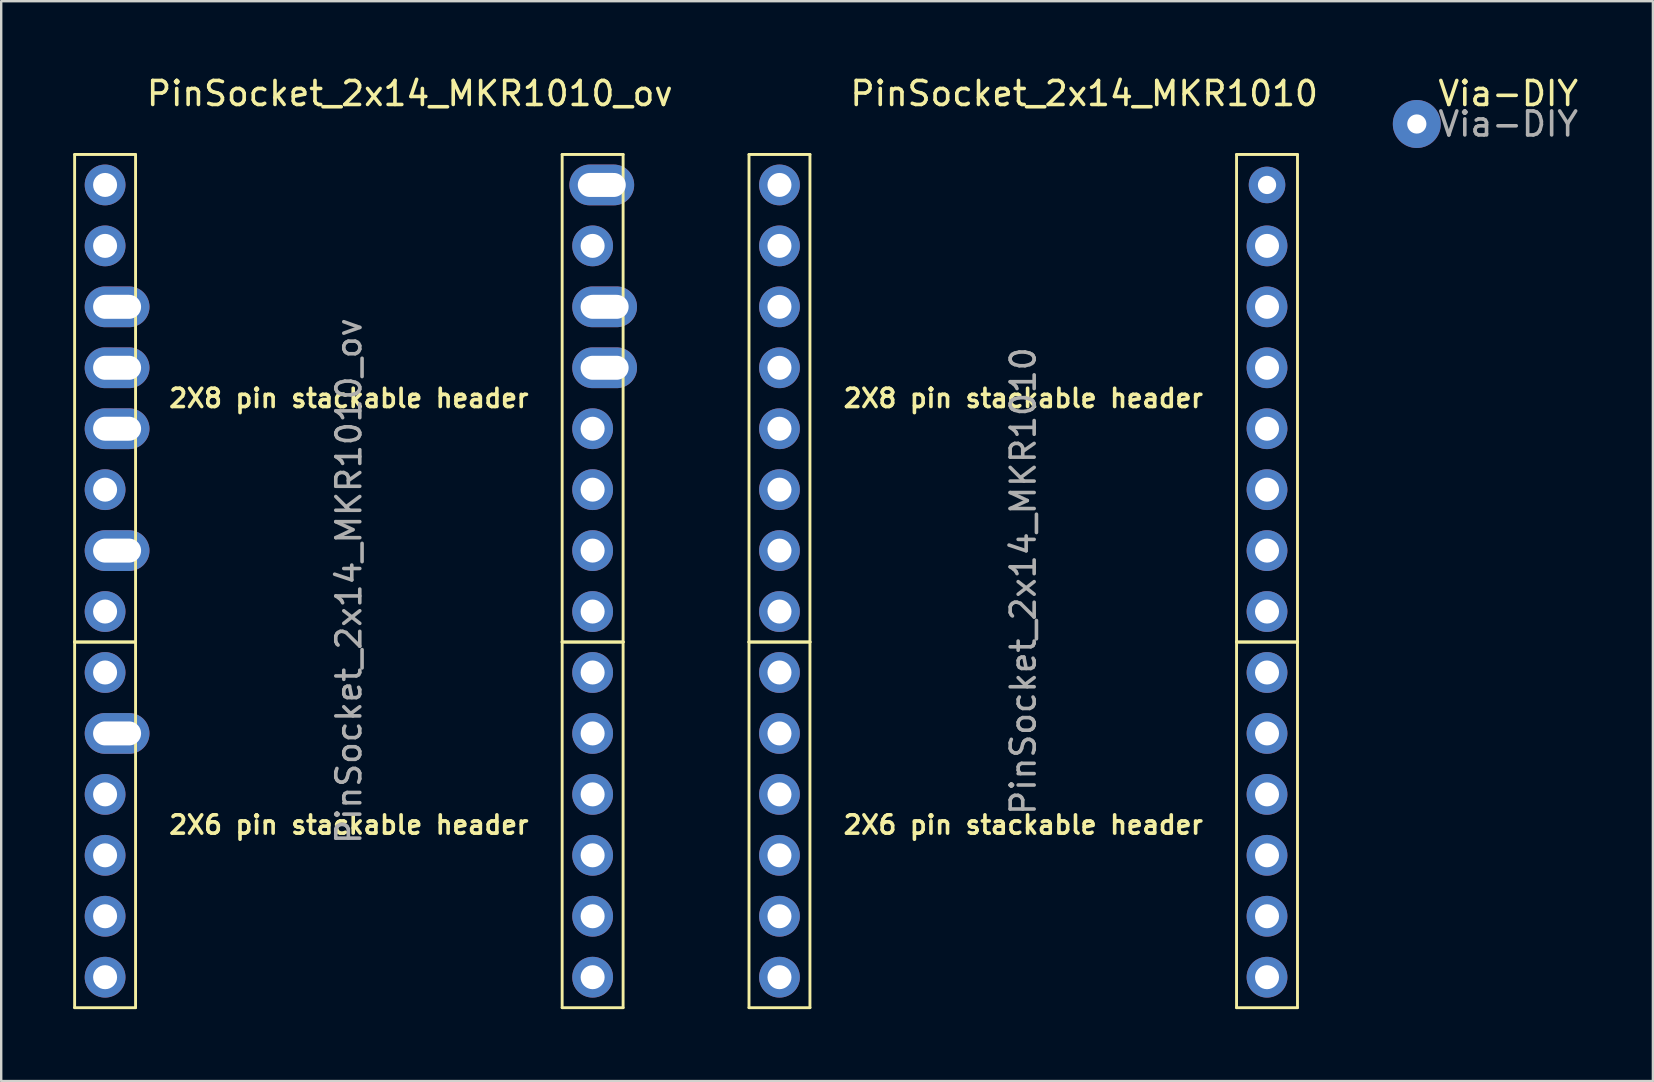
<source format=kicad_pcb>
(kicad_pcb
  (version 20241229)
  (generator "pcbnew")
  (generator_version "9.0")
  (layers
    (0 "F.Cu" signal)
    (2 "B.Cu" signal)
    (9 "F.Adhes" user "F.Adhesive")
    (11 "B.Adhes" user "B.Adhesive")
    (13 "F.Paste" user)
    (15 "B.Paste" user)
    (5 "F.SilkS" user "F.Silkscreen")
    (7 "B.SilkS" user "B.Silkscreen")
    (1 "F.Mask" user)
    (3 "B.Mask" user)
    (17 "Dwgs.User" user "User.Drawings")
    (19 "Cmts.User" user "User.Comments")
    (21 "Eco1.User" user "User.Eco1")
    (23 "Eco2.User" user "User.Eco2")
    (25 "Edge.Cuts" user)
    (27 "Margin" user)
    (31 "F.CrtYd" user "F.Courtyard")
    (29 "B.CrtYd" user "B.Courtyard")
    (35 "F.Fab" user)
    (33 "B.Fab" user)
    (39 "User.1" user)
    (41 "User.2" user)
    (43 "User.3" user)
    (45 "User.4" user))
  (footprint "PinSocket_2x14_MKR1010_ov"
    (layer "F.Cu")
    (at 11.49 21.168)
    (property "Reference" "PinSocket_2x14_MKR1010_ov" (at 2.54 -20.32 0) (layer "F.SilkS") (effects (font (size 1 1) (thickness 0.15))))
    (attr through_hole)
    (fp_line (start -11.43 -17.78) (end -8.89 -17.78) (stroke (width 0.12) (type solid)) (layer "F.SilkS"))
    (fp_line (start -11.43 2.54) (end -11.43 -17.78) (stroke (width 0.12) (type solid)) (layer "F.SilkS"))
    (fp_line (start -11.43 2.54) (end -8.89 2.54) (stroke (width 0.12) (type solid)) (layer "F.SilkS"))
    (fp_line (start -11.43 17.78) (end -11.43 2.54) (stroke (width 0.12) (type solid)) (layer "F.SilkS"))
    (fp_line (start -8.89 -17.78) (end -8.89 2.54) (stroke (width 0.12) (type solid)) (layer "F.SilkS"))
    (fp_line (start -8.89 2.54) (end -11.43 2.54) (stroke (width 0.12) (type solid)) (layer "F.SilkS"))
    (fp_line (start -8.89 2.54) (end -8.89 17.78) (stroke (width 0.12) (type solid)) (layer "F.SilkS"))
    (fp_line (start -8.89 17.78) (end -11.43 17.78) (stroke (width 0.12) (type solid)) (layer "F.SilkS"))
    (fp_line (start 8.89 -17.78) (end 11.43 -17.78) (stroke (width 0.12) (type solid)) (layer "F.SilkS"))
    (fp_line (start 8.89 2.54) (end 8.89 -17.78) (stroke (width 0.12) (type solid)) (layer "F.SilkS"))
    (fp_line (start 8.89 2.54) (end 11.43 2.54) (stroke (width 0.12) (type solid)) (layer "F.SilkS"))
    (fp_line (start 8.89 17.78) (end 8.89 2.54) (stroke (width 0.12) (type solid)) (layer "F.SilkS"))
    (fp_line (start 11.43 -17.78) (end 11.43 2.54) (stroke (width 0.12) (type solid)) (layer "F.SilkS"))
    (fp_line (start 11.43 2.54) (end 8.89 2.54) (stroke (width 0.12) (type solid)) (layer "F.SilkS"))
    (fp_line (start 11.43 2.54) (end 11.43 17.78) (stroke (width 0.12) (type solid)) (layer "F.SilkS"))
    (fp_line (start 11.43 17.78) (end 8.89 17.78) (stroke (width 0.12) (type solid)) (layer "F.SilkS"))
    (fp_text user "2X6 pin stackable header" (at 0 10.16 0) (layer "F.SilkS") (effects (font (size 0.762 0.762) (thickness 0.15))))
    (fp_text user "2X8 pin stackable header" (at 0 -7.62 0) (layer "F.SilkS") (effects (font (size 0.762 0.762) (thickness 0.15))))
    (fp_text user "${REFERENCE}" (at 0 0 90) (layer "F.Fab") (effects (font (size 1 1) (thickness 0.15))))
    (pad "+3V3" thru_hole oval (at 10.66 -11.43) (size 2.7 1.7) (drill oval 2 1) (layers "*.Cu" "*.Mask"))
    (pad "+5V" thru_hole oval (at 10.541 -16.51) (size 2.7 1.7) (drill oval 2 1) (layers "*.Cu" "*.Mask"))
    (pad "A0" thru_hole oval (at -10.16 -13.97) (size 1.7 1.7) (drill oval 1) (layers "*.Cu" "*.Mask"))
    (pad "A1" thru_hole oval (at -9.66 -11.43) (size 2.7 1.7) (drill oval 2 1) (layers "*.Cu" "*.Mask"))
    (pad "A2" thru_hole oval (at -9.66 -8.89) (size 2.7 1.7) (drill oval 2 1) (layers "*.Cu" "*.Mask"))
    (pad "A3" thru_hole oval (at -9.66 -6.35) (size 2.7 1.7) (drill oval 2 1) (layers "*.Cu" "*.Mask"))
    (pad "A4" thru_hole oval (at -10.16 -3.81) (size 1.7 1.7) (drill 1) (layers "*.Cu" "*.Mask"))
    (pad "A5" thru_hole oval (at -9.66 -1.27) (size 2.7 1.7) (drill oval 2 1) (layers "*.Cu" "*.Mask"))
    (pad "A6" thru_hole oval (at -10.16 1.27) (size 1.7 1.7) (drill 1) (layers "*.Cu" "*.Mask"))
    (pad "AREF" thru_hole oval (at -10.16 -16.51) (size 1.7 1.7) (drill 1) (layers "*.Cu" "*.Mask"))
    (pad "D0" thru_hole oval (at -10.16 3.81) (size 1.7 1.7) (drill 1) (layers "*.Cu" "*.Mask"))
    (pad "D1" thru_hole oval (at -9.66 6.35) (size 2.7 1.7) (drill oval 2 1) (layers "*.Cu" "*.Mask"))
    (pad "D2" thru_hole oval (at -10.16 8.89) (size 1.7 1.7) (drill 1) (layers "*.Cu" "*.Mask"))
    (pad "D3" thru_hole oval (at -10.16 11.43) (size 1.7 1.7) (drill 1) (layers "*.Cu" "*.Mask"))
    (pad "D4" thru_hole oval (at -10.16 13.97) (size 1.7 1.7) (drill 1) (layers "*.Cu" "*.Mask"))
    (pad "D5" thru_hole oval (at -10.16 16.51) (size 1.7 1.7) (drill 1) (layers "*.Cu" "*.Mask"))
    (pad "D6" thru_hole oval (at 10.16 16.51) (size 1.7 1.7) (drill 1) (layers "*.Cu" "*.Mask"))
    (pad "D7" thru_hole oval (at 10.16 13.97) (size 1.7 1.7) (drill 1) (layers "*.Cu" "*.Mask"))
    (pad "GND" thru_hole oval (at 10.66 -8.89) (size 2.7 1.7) (drill oval 2 1) (layers "*.Cu" "*.Mask"))
    (pad "MISO" thru_hole oval (at 10.16 6.35) (size 1.7 1.7) (drill 1) (layers "*.Cu" "*.Mask"))
    (pad "MOSI" thru_hole oval (at 10.16 11.43) (size 1.7 1.7) (drill 1) (layers "*.Cu" "*.Mask"))
    (pad "RESET" thru_hole oval (at 10.16 -6.35) (size 1.7 1.7) (drill 1) (layers "*.Cu" "*.Mask"))
    (pad "RX" thru_hole oval (at 10.16 -1.27) (size 1.7 1.7) (drill 1) (layers "*.Cu" "*.Mask"))
    (pad "SCK" thru_hole oval (at 10.16 8.89) (size 1.7 1.7) (drill 1) (layers "*.Cu" "*.Mask"))
    (pad "SCL" thru_hole oval (at 10.16 1.27) (size 1.7 1.7) (drill 1) (layers "*.Cu" "*.Mask"))
    (pad "SDA" thru_hole oval (at 10.16 3.81) (size 1.7 1.7) (drill 1) (layers "*.Cu" "*.Mask"))
    (pad "TX" thru_hole oval (at 10.16 -3.81) (size 1.7 1.7) (drill 1) (layers "*.Cu" "*.Mask"))
    (pad "VIN" thru_hole oval (at 10.16 -13.97) (size 1.7 1.7) (drill 1) (layers "*.Cu" "*.Mask")))
  (footprint "PinSocket_2x14_MKR1010"
    (layer "F.Cu")
    (at 39.597 21.168)
    (property "Reference" "PinSocket_2x14_MKR1010" (at 2.54 -20.32 0) (layer "F.SilkS") (effects (font (size 1 1) (thickness 0.15))))
    (attr through_hole)
    (fp_line (start -11.43 -17.78) (end -8.89 -17.78) (stroke (width 0.12) (type solid)) (layer "F.SilkS"))
    (fp_line (start -11.43 2.54) (end -11.43 -17.78) (stroke (width 0.12) (type solid)) (layer "F.SilkS"))
    (fp_line (start -11.43 2.54) (end -8.89 2.54) (stroke (width 0.12) (type solid)) (layer "F.SilkS"))
    (fp_line (start -11.43 17.78) (end -11.43 2.54) (stroke (width 0.12) (type solid)) (layer "F.SilkS"))
    (fp_line (start -8.89 -17.78) (end -8.89 2.54) (stroke (width 0.12) (type solid)) (layer "F.SilkS"))
    (fp_line (start -8.89 2.54) (end -11.43 2.54) (stroke (width 0.12) (type solid)) (layer "F.SilkS"))
    (fp_line (start -8.89 2.54) (end -8.89 17.78) (stroke (width 0.12) (type solid)) (layer "F.SilkS"))
    (fp_line (start -8.89 17.78) (end -11.43 17.78) (stroke (width 0.12) (type solid)) (layer "F.SilkS"))
    (fp_line (start 8.89 -17.78) (end 11.43 -17.78) (stroke (width 0.12) (type solid)) (layer "F.SilkS"))
    (fp_line (start 8.89 2.54) (end 8.89 -17.78) (stroke (width 0.12) (type solid)) (layer "F.SilkS"))
    (fp_line (start 8.89 2.54) (end 11.43 2.54) (stroke (width 0.12) (type solid)) (layer "F.SilkS"))
    (fp_line (start 8.89 17.78) (end 8.89 2.54) (stroke (width 0.12) (type solid)) (layer "F.SilkS"))
    (fp_line (start 11.43 -17.78) (end 11.43 2.54) (stroke (width 0.12) (type solid)) (layer "F.SilkS"))
    (fp_line (start 11.43 2.54) (end 8.89 2.54) (stroke (width 0.12) (type solid)) (layer "F.SilkS"))
    (fp_line (start 11.43 2.54) (end 11.43 17.78) (stroke (width 0.12) (type solid)) (layer "F.SilkS"))
    (fp_line (start 11.43 17.78) (end 8.89 17.78) (stroke (width 0.12) (type solid)) (layer "F.SilkS"))
    (fp_text user "2X8 pin stackable header" (at 0 -7.62 0) (layer "F.SilkS") (effects (font (size 0.762 0.762) (thickness 0.15))))
    (fp_text user "2X6 pin stackable header" (at 0 10.16 0) (layer "F.SilkS") (effects (font (size 0.762 0.762) (thickness 0.15))))
    (fp_text user "${REFERENCE}" (at 0 0 90) (layer "F.Fab") (effects (font (size 1 1) (thickness 0.15))))
    (pad "+3V3" thru_hole oval (at 10.16 -11.43) (size 1.7 1.7) (drill 1) (layers "*.Cu" "*.Mask"))
    (pad "+5V" thru_hole circle (at 10.16 -16.51) (size 1.524 1.524) (drill 0.762) (layers "*.Cu" "*.Mask"))
    (pad "A0" thru_hole oval (at -10.16 -13.97) (size 1.7 1.7) (drill 1) (layers "*.Cu" "*.Mask"))
    (pad "A1" thru_hole oval (at -10.16 -11.43) (size 1.7 1.7) (drill 1) (layers "*.Cu" "*.Mask"))
    (pad "A2" thru_hole oval (at -10.16 -8.89) (size 1.7 1.7) (drill 1) (layers "*.Cu" "*.Mask"))
    (pad "A3" thru_hole oval (at -10.16 -6.35) (size 1.7 1.7) (drill 1) (layers "*.Cu" "*.Mask"))
    (pad "A4" thru_hole oval (at -10.16 -3.81) (size 1.7 1.7) (drill 1) (layers "*.Cu" "*.Mask"))
    (pad "A5" thru_hole oval (at -10.16 -1.27) (size 1.7 1.7) (drill 1) (layers "*.Cu" "*.Mask"))
    (pad "A6" thru_hole oval (at -10.16 1.27) (size 1.7 1.7) (drill 1) (layers "*.Cu" "*.Mask"))
    (pad "AREF" thru_hole oval (at -10.16 -16.51) (size 1.7 1.7) (drill 1) (layers "*.Cu" "*.Mask"))
    (pad "D0" thru_hole oval (at -10.16 3.81) (size 1.7 1.7) (drill 1) (layers "*.Cu" "*.Mask"))
    (pad "D1" thru_hole oval (at -10.16 6.35) (size 1.7 1.7) (drill 1) (layers "*.Cu" "*.Mask"))
    (pad "D2" thru_hole oval (at -10.16 8.89) (size 1.7 1.7) (drill 1) (layers "*.Cu" "*.Mask"))
    (pad "D3" thru_hole oval (at -10.16 11.43) (size 1.7 1.7) (drill 1) (layers "*.Cu" "*.Mask"))
    (pad "D4" thru_hole oval (at -10.16 13.97) (size 1.7 1.7) (drill 1) (layers "*.Cu" "*.Mask"))
    (pad "D5" thru_hole oval (at -10.16 16.51) (size 1.7 1.7) (drill 1) (layers "*.Cu" "*.Mask"))
    (pad "D6" thru_hole oval (at 10.16 16.51) (size 1.7 1.7) (drill 1) (layers "*.Cu" "*.Mask"))
    (pad "D7" thru_hole oval (at 10.16 13.97) (size 1.7 1.7) (drill 1) (layers "*.Cu" "*.Mask"))
    (pad "GND" thru_hole oval (at 10.16 -8.89) (size 1.7 1.7) (drill 1) (layers "*.Cu" "*.Mask"))
    (pad "MISO" thru_hole oval (at 10.16 6.35) (size 1.7 1.7) (drill 1) (layers "*.Cu" "*.Mask"))
    (pad "MOSI" thru_hole oval (at 10.16 11.43) (size 1.7 1.7) (drill 1) (layers "*.Cu" "*.Mask"))
    (pad "RESET" thru_hole oval (at 10.16 -6.35) (size 1.7 1.7) (drill 1) (layers "*.Cu" "*.Mask"))
    (pad "RX" thru_hole oval (at 10.16 -1.27) (size 1.7 1.7) (drill 1) (layers "*.Cu" "*.Mask"))
    (pad "SCK" thru_hole oval (at 10.16 8.89) (size 1.7 1.7) (drill 1) (layers "*.Cu" "*.Mask"))
    (pad "SCL" thru_hole oval (at 10.16 1.27) (size 1.7 1.7) (drill 1) (layers "*.Cu" "*.Mask"))
    (pad "SDA" thru_hole oval (at 10.16 3.81) (size 1.7 1.7) (drill 1) (layers "*.Cu" "*.Mask"))
    (pad "TX" thru_hole oval (at 10.16 -3.81) (size 1.7 1.7) (drill 1) (layers "*.Cu" "*.Mask"))
    (pad "VIN" thru_hole oval (at 10.16 -13.97) (size 1.7 1.7) (drill 1) (layers "*.Cu" "*.Mask")))
  (footprint "Via-DIY"
    (layer "F.Cu")
    (at 56 2.118)
    (property "Reference" "Via-DIY" (at 3.81 -1.27 0) (layer "F.SilkS") (effects (font (size 1 1) (thickness 0.15))))
    (attr through_hole)
    (fp_text user "${REFERENCE}" (at 3.81 0 0) (layer "F.Fab") (effects (font (size 1 1) (thickness 0.15))))
    (pad "1" thru_hole oval (at 0 0) (size 2 2) (drill 0.8) (layers "*.Cu" "*.Mask")))
  (gr_rect
    (start -3 -3)
    (end 65.84 42.008)
    (stroke (width 0.1) (type default))
    (fill no)
    (layer "Edge.Cuts")))
</source>
